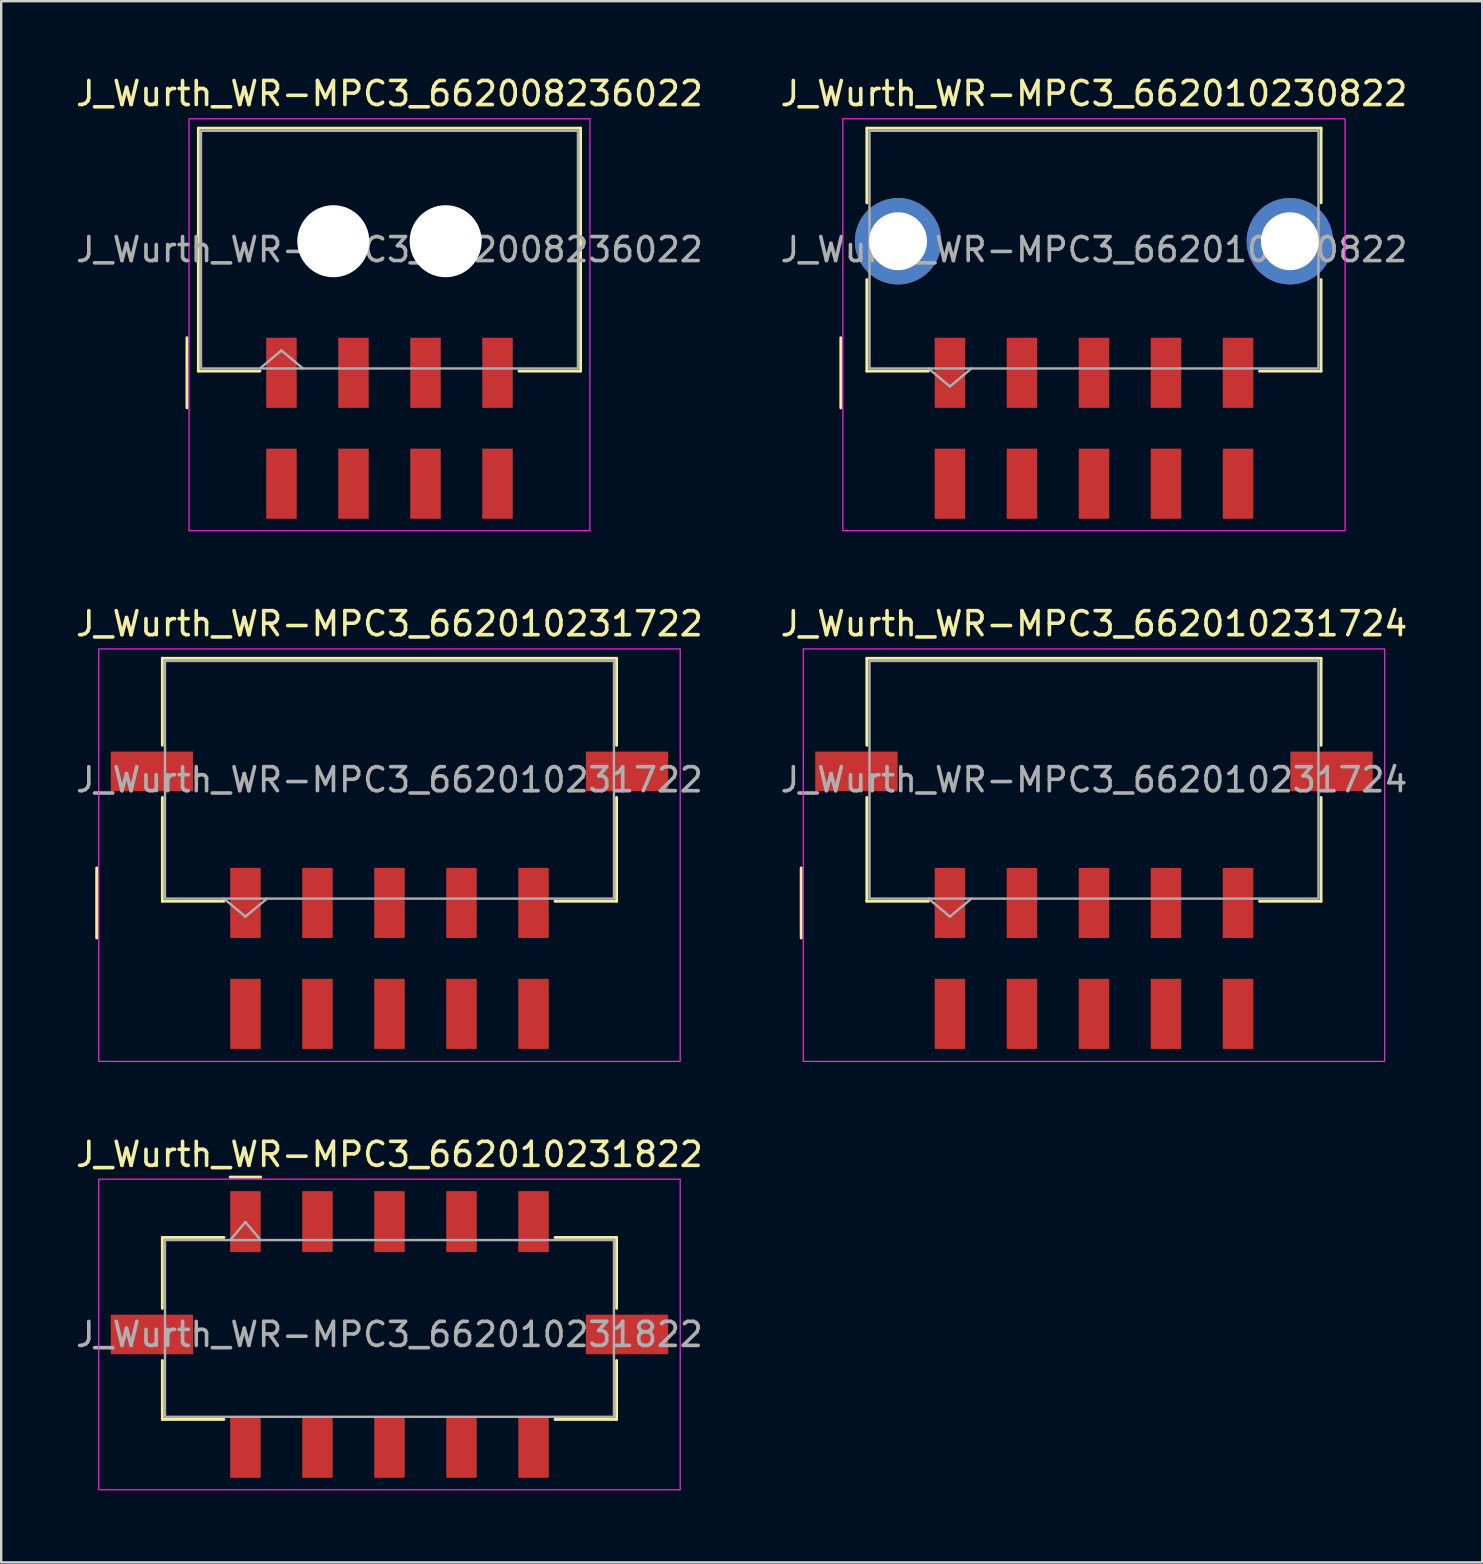
<source format=kicad_pcb>
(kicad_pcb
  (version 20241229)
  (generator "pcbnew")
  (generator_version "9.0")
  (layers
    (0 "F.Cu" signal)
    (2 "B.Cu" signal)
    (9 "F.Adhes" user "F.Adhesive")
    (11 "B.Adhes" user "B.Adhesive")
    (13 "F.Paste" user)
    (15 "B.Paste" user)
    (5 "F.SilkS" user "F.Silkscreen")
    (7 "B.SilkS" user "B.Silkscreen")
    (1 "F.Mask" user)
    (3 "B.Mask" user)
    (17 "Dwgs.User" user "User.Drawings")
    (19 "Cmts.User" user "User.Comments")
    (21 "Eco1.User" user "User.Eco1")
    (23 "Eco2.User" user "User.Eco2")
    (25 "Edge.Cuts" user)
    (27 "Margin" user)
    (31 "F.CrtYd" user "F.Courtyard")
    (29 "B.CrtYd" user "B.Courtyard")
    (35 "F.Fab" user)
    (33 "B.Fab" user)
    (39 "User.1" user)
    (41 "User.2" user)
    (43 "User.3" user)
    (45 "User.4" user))
  (footprint "J_Wurth_WR-MPC3_662010231722"
    (layer "F.Cu")
    (at 13.173 29.431)
    (property "Reference" "J_Wurth_WR-MPC3_662010231722" (at 0 -6.5 0) (unlocked yes) (layer "F.SilkS") (effects (font (size 1 1) (thickness 0.15))))
    (attr smd)
    (fp_line (start -12.195 6.59) (end -12.195 3.67) (stroke (width 0.12) (type solid)) (layer "F.SilkS"))
    (fp_line (start -9.46 -5.06) (end -9.46 -1.435) (stroke (width 0.12) (type solid)) (layer "F.SilkS"))
    (fp_line (start -9.46 -5.06) (end 9.46 -5.06) (stroke (width 0.12) (type default)) (layer "F.SilkS"))
    (fp_line (start -9.46 0.735) (end -9.46 5.06) (stroke (width 0.12) (type solid)) (layer "F.SilkS"))
    (fp_line (start -6.895 5.06) (end -9.46 5.06) (stroke (width 0.12) (type solid)) (layer "F.SilkS"))
    (fp_line (start 9.46 -5.06) (end 9.46 -1.435) (stroke (width 0.12) (type solid)) (layer "F.SilkS"))
    (fp_line (start 9.46 0.735) (end 9.46 5.06) (stroke (width 0.12) (type solid)) (layer "F.SilkS"))
    (fp_line (start 9.46 5.06) (end 6.895 5.06) (stroke (width 0.12) (type solid)) (layer "F.SilkS"))
    (fp_rect (start -12.11 -5.45) (end 12.11 11.73) (stroke (width 0.05) (type solid)) (fill no) (layer "F.CrtYd"))
    (fp_line (start -6 5.7) (end -6.895 4.95) (stroke (width 0.1) (type solid)) (layer "F.Fab"))
    (fp_line (start -6 5.7) (end -5.105 4.95) (stroke (width 0.1) (type solid)) (layer "F.Fab"))
    (fp_rect (start -9.35 -4.95) (end 9.35 4.95) (stroke (width 0.1) (type solid)) (fill no) (layer "F.Fab"))
    (fp_text user "${REFERENCE}" (at 0 0 0) (unlocked yes) (layer "F.Fab") (effects (font (size 1 1) (thickness 0.15))))
    (pad "1" smd rect (at -6 5.13 180) (size 1.27 2.92) (layers "F.Cu" "F.Mask" "F.Paste"))
    (pad "2" smd rect (at -3 5.13 180) (size 1.27 2.92) (layers "F.Cu" "F.Mask" "F.Paste"))
    (pad "3" smd rect (at 0 5.13 180) (size 1.27 2.92) (layers "F.Cu" "F.Mask" "F.Paste"))
    (pad "4" smd rect (at 3 5.13 180) (size 1.27 2.92) (layers "F.Cu" "F.Mask" "F.Paste"))
    (pad "5" smd rect (at 6 5.13 180) (size 1.27 2.92) (layers "F.Cu" "F.Mask" "F.Paste"))
    (pad "6" smd rect (at -6 9.75 180) (size 1.27 2.92) (layers "F.Cu" "F.Mask" "F.Paste"))
    (pad "7" smd rect (at -3 9.75 180) (size 1.27 2.92) (layers "F.Cu" "F.Mask" "F.Paste"))
    (pad "8" smd rect (at 0 9.75 180) (size 1.27 2.92) (layers "F.Cu" "F.Mask" "F.Paste"))
    (pad "9" smd rect (at 3 9.75 180) (size 1.27 2.92) (layers "F.Cu" "F.Mask" "F.Paste"))
    (pad "10" smd rect (at 6 9.75 180) (size 1.27 2.92) (layers "F.Cu" "F.Mask" "F.Paste"))
    (pad "MP1" smd rect (at 9.895 -0.35 180) (size 3.43 1.65) (layers "F.Cu" "F.Mask" "F.Paste"))
    (pad "MP2" smd rect (at -9.895 -0.35 180) (size 3.43 1.65) (layers "F.Cu" "F.Mask" "F.Paste")))
  (footprint "J_Wurth_WR-MPC3_662010231822"
    (layer "F.Cu")
    (at 13.173 52.535)
    (property "Reference" "J_Wurth_WR-MPC3_662010231822" (at 0 -7.5 0) (unlocked yes) (layer "F.SilkS") (effects (font (size 1 1) (thickness 0.15))))
    (attr smd)
    (fp_line (start -9.46 -4.04) (end -6.895 -4.04) (stroke (width 0.12) (type solid)) (layer "F.SilkS"))
    (fp_line (start -9.46 -1.085) (end -9.46 -4.04) (stroke (width 0.12) (type solid)) (layer "F.SilkS"))
    (fp_line (start -9.46 3.54) (end -9.46 1.085) (stroke (width 0.12) (type solid)) (layer "F.SilkS"))
    (fp_line (start -9.46 3.54) (end -6.895 3.54) (stroke (width 0.12) (type solid)) (layer "F.SilkS"))
    (fp_line (start -6.635 -6.555) (end -5.365 -6.555) (stroke (width 0.12) (type solid)) (layer "F.SilkS"))
    (fp_line (start 6.895 -4.04) (end 9.46 -4.04) (stroke (width 0.12) (type solid)) (layer "F.SilkS"))
    (fp_line (start 6.895 3.54) (end 9.46 3.54) (stroke (width 0.12) (type solid)) (layer "F.SilkS"))
    (fp_line (start 9.46 -1.085) (end 9.46 -4.04) (stroke (width 0.12) (type solid)) (layer "F.SilkS"))
    (fp_line (start 9.46 3.54) (end 9.46 1.085) (stroke (width 0.12) (type solid)) (layer "F.SilkS"))
    (fp_rect (start -12.11 -6.47) (end 12.11 6.47) (stroke (width 0.05) (type solid)) (fill no) (layer "F.CrtYd"))
    (fp_line (start -6 -4.68) (end -6.635 -3.93) (stroke (width 0.1) (type solid)) (layer "F.Fab"))
    (fp_line (start -6 -4.68) (end -5.365 -3.93) (stroke (width 0.1) (type solid)) (layer "F.Fab"))
    (fp_rect (start -9.35 -3.93) (end 9.35 3.43) (stroke (width 0.1) (type solid)) (fill no) (layer "F.Fab"))
    (fp_text user "${REFERENCE}" (at 0 0 0) (unlocked yes) (layer "F.Fab") (effects (font (size 1 1) (thickness 0.15))))
    (pad "1" smd rect (at -6 -4.7 180) (size 1.27 2.54) (layers "F.Cu" "F.Mask" "F.Paste"))
    (pad "2" smd rect (at -3 -4.7 180) (size 1.27 2.54) (layers "F.Cu" "F.Mask" "F.Paste"))
    (pad "3" smd rect (at 0 -4.7 180) (size 1.27 2.54) (layers "F.Cu" "F.Mask" "F.Paste"))
    (pad "4" smd rect (at 3 -4.7 180) (size 1.27 2.54) (layers "F.Cu" "F.Mask" "F.Paste"))
    (pad "5" smd rect (at 6 -4.7 180) (size 1.27 2.54) (layers "F.Cu" "F.Mask" "F.Paste"))
    (pad "6" smd rect (at -6 4.7 180) (size 1.27 2.54) (layers "F.Cu" "F.Mask" "F.Paste"))
    (pad "7" smd rect (at -3 4.7 180) (size 1.27 2.54) (layers "F.Cu" "F.Mask" "F.Paste"))
    (pad "8" smd rect (at 0 4.7 180) (size 1.27 2.54) (layers "F.Cu" "F.Mask" "F.Paste"))
    (pad "9" smd rect (at 3 4.7 180) (size 1.27 2.54) (layers "F.Cu" "F.Mask" "F.Paste"))
    (pad "10" smd rect (at 6 4.7 180) (size 1.27 2.54) (layers "F.Cu" "F.Mask" "F.Paste"))
    (pad "MP1" smd rect (at 9.895 0 180) (size 3.43 1.65) (layers "F.Cu" "F.Mask" "F.Paste"))
    (pad "MP2" smd rect (at -9.895 0 180) (size 3.43 1.65) (layers "F.Cu" "F.Mask" "F.Paste")))
  (footprint "J_Wurth_WR-MPC3_662008236022"
    (layer "F.Cu")
    (at 13.173 7.348)
    (property "Reference" "J_Wurth_WR-MPC3_662008236022" (at 0 -6.5 0) (unlocked yes) (layer "F.SilkS") (effects (font (size 1 1) (thickness 0.15))))
    (attr smd)
    (fp_line (start -8.435 3.67) (end -8.435 6.59) (stroke (width 0.12) (type solid)) (layer "F.SilkS"))
    (fp_line (start -7.96 -5.06) (end 7.96 -5.06) (stroke (width 0.12) (type default)) (layer "F.SilkS"))
    (fp_line (start -7.96 5.06) (end -7.96 -5.06) (stroke (width 0.12) (type default)) (layer "F.SilkS"))
    (fp_line (start -5.395 5.06) (end -7.96 5.06) (stroke (width 0.12) (type solid)) (layer "F.SilkS"))
    (fp_line (start 7.96 -5.06) (end 7.96 5.06) (stroke (width 0.12) (type default)) (layer "F.SilkS"))
    (fp_line (start 7.96 5.06) (end 5.395 5.06) (stroke (width 0.12) (type solid)) (layer "F.SilkS"))
    (fp_rect (start -8.35 -5.45) (end 8.35 11.71) (stroke (width 0.05) (type solid)) (fill no) (layer "F.CrtYd"))
    (fp_line (start -4.5 4.2) (end -5.395 4.95) (stroke (width 0.1) (type solid)) (layer "F.Fab"))
    (fp_line (start -4.5 4.2) (end -3.605 4.95) (stroke (width 0.1) (type solid)) (layer "F.Fab"))
    (fp_rect (start -7.85 -4.95) (end 7.85 4.95) (stroke (width 0.1) (type solid)) (fill no) (layer "F.Fab"))
    (fp_text user "${REFERENCE}" (at 0 0 0) (unlocked yes) (layer "F.Fab") (effects (font (size 1 1) (thickness 0.15))))
    (pad "" np_thru_hole circle (at -2.34 -0.35 180) (size 3 3) (drill 3) (layers "*.Cu" "*.Mask"))
    (pad "" np_thru_hole circle (at 2.34 -0.35 180) (size 3 3) (drill 3) (layers "*.Cu" "*.Mask"))
    (pad "1" smd rect (at -4.5 5.13 180) (size 1.27 2.92) (layers "F.Cu" "F.Mask" "F.Paste"))
    (pad "2" smd rect (at -1.5 5.13 180) (size 1.27 2.92) (layers "F.Cu" "F.Mask" "F.Paste"))
    (pad "3" smd rect (at 1.5 5.13 180) (size 1.27 2.92) (layers "F.Cu" "F.Mask" "F.Paste"))
    (pad "4" smd rect (at 4.5 5.13 180) (size 1.27 2.92) (layers "F.Cu" "F.Mask" "F.Paste"))
    (pad "5" smd rect (at -4.5 9.75 180) (size 1.27 2.92) (layers "F.Cu" "F.Mask" "F.Paste"))
    (pad "6" smd rect (at -1.5 9.75 180) (size 1.27 2.92) (layers "F.Cu" "F.Mask" "F.Paste"))
    (pad "7" smd rect (at 1.5 9.75 180) (size 1.27 2.92) (layers "F.Cu" "F.Mask" "F.Paste"))
    (pad "8" smd rect (at 4.5 9.75 180) (size 1.27 2.92) (layers "F.Cu" "F.Mask" "F.Paste")))
  (footprint "J_Wurth_WR-MPC3_662010230822"
    (layer "F.Cu")
    (at 42.518 7.348)
    (property "Reference" "J_Wurth_WR-MPC3_662010230822" (at 0 -6.5 0) (unlocked yes) (layer "F.SilkS") (effects (font (size 1 1) (thickness 0.15))))
    (attr smd)
    (fp_line (start -10.545 6.59) (end -10.545 3.67) (stroke (width 0.12) (type solid)) (layer "F.SilkS"))
    (fp_line (start -9.46 -5.06) (end 9.46 -5.06) (stroke (width 0.12) (type solid)) (layer "F.SilkS"))
    (fp_line (start -9.46 -1.948) (end -9.46 -5.06) (stroke (width 0.12) (type solid)) (layer "F.SilkS"))
    (fp_line (start -9.46 1.248) (end -9.46 5.06) (stroke (width 0.12) (type solid)) (layer "F.SilkS"))
    (fp_line (start -6.895 5.06) (end -9.46 5.06) (stroke (width 0.12) (type solid)) (layer "F.SilkS"))
    (fp_line (start 6.895 5.06) (end 9.46 5.06) (stroke (width 0.12) (type solid)) (layer "F.SilkS"))
    (fp_line (start 9.46 -1.948) (end 9.46 -5.06) (stroke (width 0.12) (type solid)) (layer "F.SilkS"))
    (fp_line (start 9.46 1.248) (end 9.46 5.06) (stroke (width 0.12) (type solid)) (layer "F.SilkS"))
    (fp_rect (start -10.46 -5.45) (end 10.46 11.71) (stroke (width 0.05) (type solid)) (fill no) (layer "F.CrtYd"))
    (fp_line (start -6 5.7) (end -6.895 4.95) (stroke (width 0.1) (type solid)) (layer "F.Fab"))
    (fp_line (start -6 5.7) (end -5.105 4.95) (stroke (width 0.1) (type solid)) (layer "F.Fab"))
    (fp_rect (start -9.35 -4.95) (end 9.35 4.95) (stroke (width 0.1) (type solid)) (fill no) (layer "F.Fab"))
    (fp_text user "${REFERENCE}" (at 0 0 0) (unlocked yes) (layer "F.Fab") (effects (font (size 1 1) (thickness 0.15))))
    (pad "1" smd rect (at -6 5.13 270) (size 2.92 1.27) (layers "F.Cu" "F.Mask" "F.Paste"))
    (pad "2" smd rect (at -3 5.13 270) (size 2.92 1.27) (layers "F.Cu" "F.Mask" "F.Paste"))
    (pad "3" smd rect (at 0 5.13 270) (size 2.92 1.27) (layers "F.Cu" "F.Mask" "F.Paste"))
    (pad "4" smd rect (at 3 5.13 270) (size 2.92 1.27) (layers "F.Cu" "F.Mask" "F.Paste"))
    (pad "5" smd rect (at 6 5.13 270) (size 2.92 1.27) (layers "F.Cu" "F.Mask" "F.Paste"))
    (pad "6" smd rect (at -6 9.75 270) (size 2.92 1.27) (layers "F.Cu" "F.Mask" "F.Paste"))
    (pad "7" smd rect (at -3 9.75 270) (size 2.92 1.27) (layers "F.Cu" "F.Mask" "F.Paste"))
    (pad "8" smd rect (at 0 9.75 270) (size 2.92 1.27) (layers "F.Cu" "F.Mask" "F.Paste"))
    (pad "9" smd rect (at 3 9.75 270) (size 2.92 1.27) (layers "F.Cu" "F.Mask" "F.Paste"))
    (pad "10" smd rect (at 6 9.75 270) (size 2.92 1.27) (layers "F.Cu" "F.Mask" "F.Paste"))
    (pad "Z1" thru_hole circle (at 8.16 -0.35 180) (size 3.6 3.6) (drill 2.41) (layers "*.Cu" "*.Mask"))
    (pad "Z2" thru_hole circle (at -8.16 -0.35 180) (size 3.6 3.6) (drill 2.41) (layers "*.Cu" "*.Mask")))
  (footprint "J_Wurth_WR-MPC3_662010231724"
    (layer "F.Cu")
    (at 42.518 29.431)
    (property "Reference" "J_Wurth_WR-MPC3_662010231724" (at 0 -6.5 0) (unlocked yes) (layer "F.SilkS") (effects (font (size 1 1) (thickness 0.15))))
    (attr smd)
    (fp_line (start -12.195 6.59) (end -12.195 3.67) (stroke (width 0.12) (type solid)) (layer "F.SilkS"))
    (fp_line (start -9.46 -5.06) (end -9.46 -1.435) (stroke (width 0.12) (type solid)) (layer "F.SilkS"))
    (fp_line (start -9.46 -5.06) (end 9.46 -5.06) (stroke (width 0.12) (type default)) (layer "F.SilkS"))
    (fp_line (start -9.46 0.735) (end -9.46 5.06) (stroke (width 0.12) (type solid)) (layer "F.SilkS"))
    (fp_line (start -6.895 5.06) (end -9.46 5.06) (stroke (width 0.12) (type solid)) (layer "F.SilkS"))
    (fp_line (start 9.46 -5.06) (end 9.46 -1.435) (stroke (width 0.12) (type solid)) (layer "F.SilkS"))
    (fp_line (start 9.46 0.735) (end 9.46 5.06) (stroke (width 0.12) (type solid)) (layer "F.SilkS"))
    (fp_line (start 9.46 5.06) (end 6.895 5.06) (stroke (width 0.12) (type solid)) (layer "F.SilkS"))
    (fp_rect (start -12.11 -5.45) (end 12.11 11.73) (stroke (width 0.05) (type solid)) (fill no) (layer "F.CrtYd"))
    (fp_line (start -6 5.7) (end -6.895 4.95) (stroke (width 0.1) (type solid)) (layer "F.Fab"))
    (fp_line (start -6 5.7) (end -5.105 4.95) (stroke (width 0.1) (type solid)) (layer "F.Fab"))
    (fp_rect (start -9.35 -4.95) (end 9.35 4.95) (stroke (width 0.1) (type solid)) (fill no) (layer "F.Fab"))
    (fp_text user "${REFERENCE}" (at 0 0 0) (unlocked yes) (layer "F.Fab") (effects (font (size 1 1) (thickness 0.15))))
    (pad "1" smd rect (at -6 5.13 180) (size 1.27 2.92) (layers "F.Cu" "F.Mask" "F.Paste"))
    (pad "2" smd rect (at -3 5.13 180) (size 1.27 2.92) (layers "F.Cu" "F.Mask" "F.Paste"))
    (pad "3" smd rect (at 0 5.13 180) (size 1.27 2.92) (layers "F.Cu" "F.Mask" "F.Paste"))
    (pad "4" smd rect (at 3 5.13 180) (size 1.27 2.92) (layers "F.Cu" "F.Mask" "F.Paste"))
    (pad "5" smd rect (at 6 5.13 180) (size 1.27 2.92) (layers "F.Cu" "F.Mask" "F.Paste"))
    (pad "6" smd rect (at -6 9.75 180) (size 1.27 2.92) (layers "F.Cu" "F.Mask" "F.Paste"))
    (pad "7" smd rect (at -3 9.75 180) (size 1.27 2.92) (layers "F.Cu" "F.Mask" "F.Paste"))
    (pad "8" smd rect (at 0 9.75 180) (size 1.27 2.92) (layers "F.Cu" "F.Mask" "F.Paste"))
    (pad "9" smd rect (at 3 9.75 180) (size 1.27 2.92) (layers "F.Cu" "F.Mask" "F.Paste"))
    (pad "10" smd rect (at 6 9.75 180) (size 1.27 2.92) (layers "F.Cu" "F.Mask" "F.Paste"))
    (pad "MP1" smd rect (at 9.895 -0.35 180) (size 3.43 1.65) (layers "F.Cu" "F.Mask" "F.Paste"))
    (pad "MP2" smd rect (at -9.895 -0.35 180) (size 3.43 1.65) (layers "F.Cu" "F.Mask" "F.Paste")))
  (gr_rect
    (start -3 -3)
    (end 58.69 62.03)
    (stroke (width 0.1) (type default))
    (fill no)
    (layer "Edge.Cuts")))
</source>
